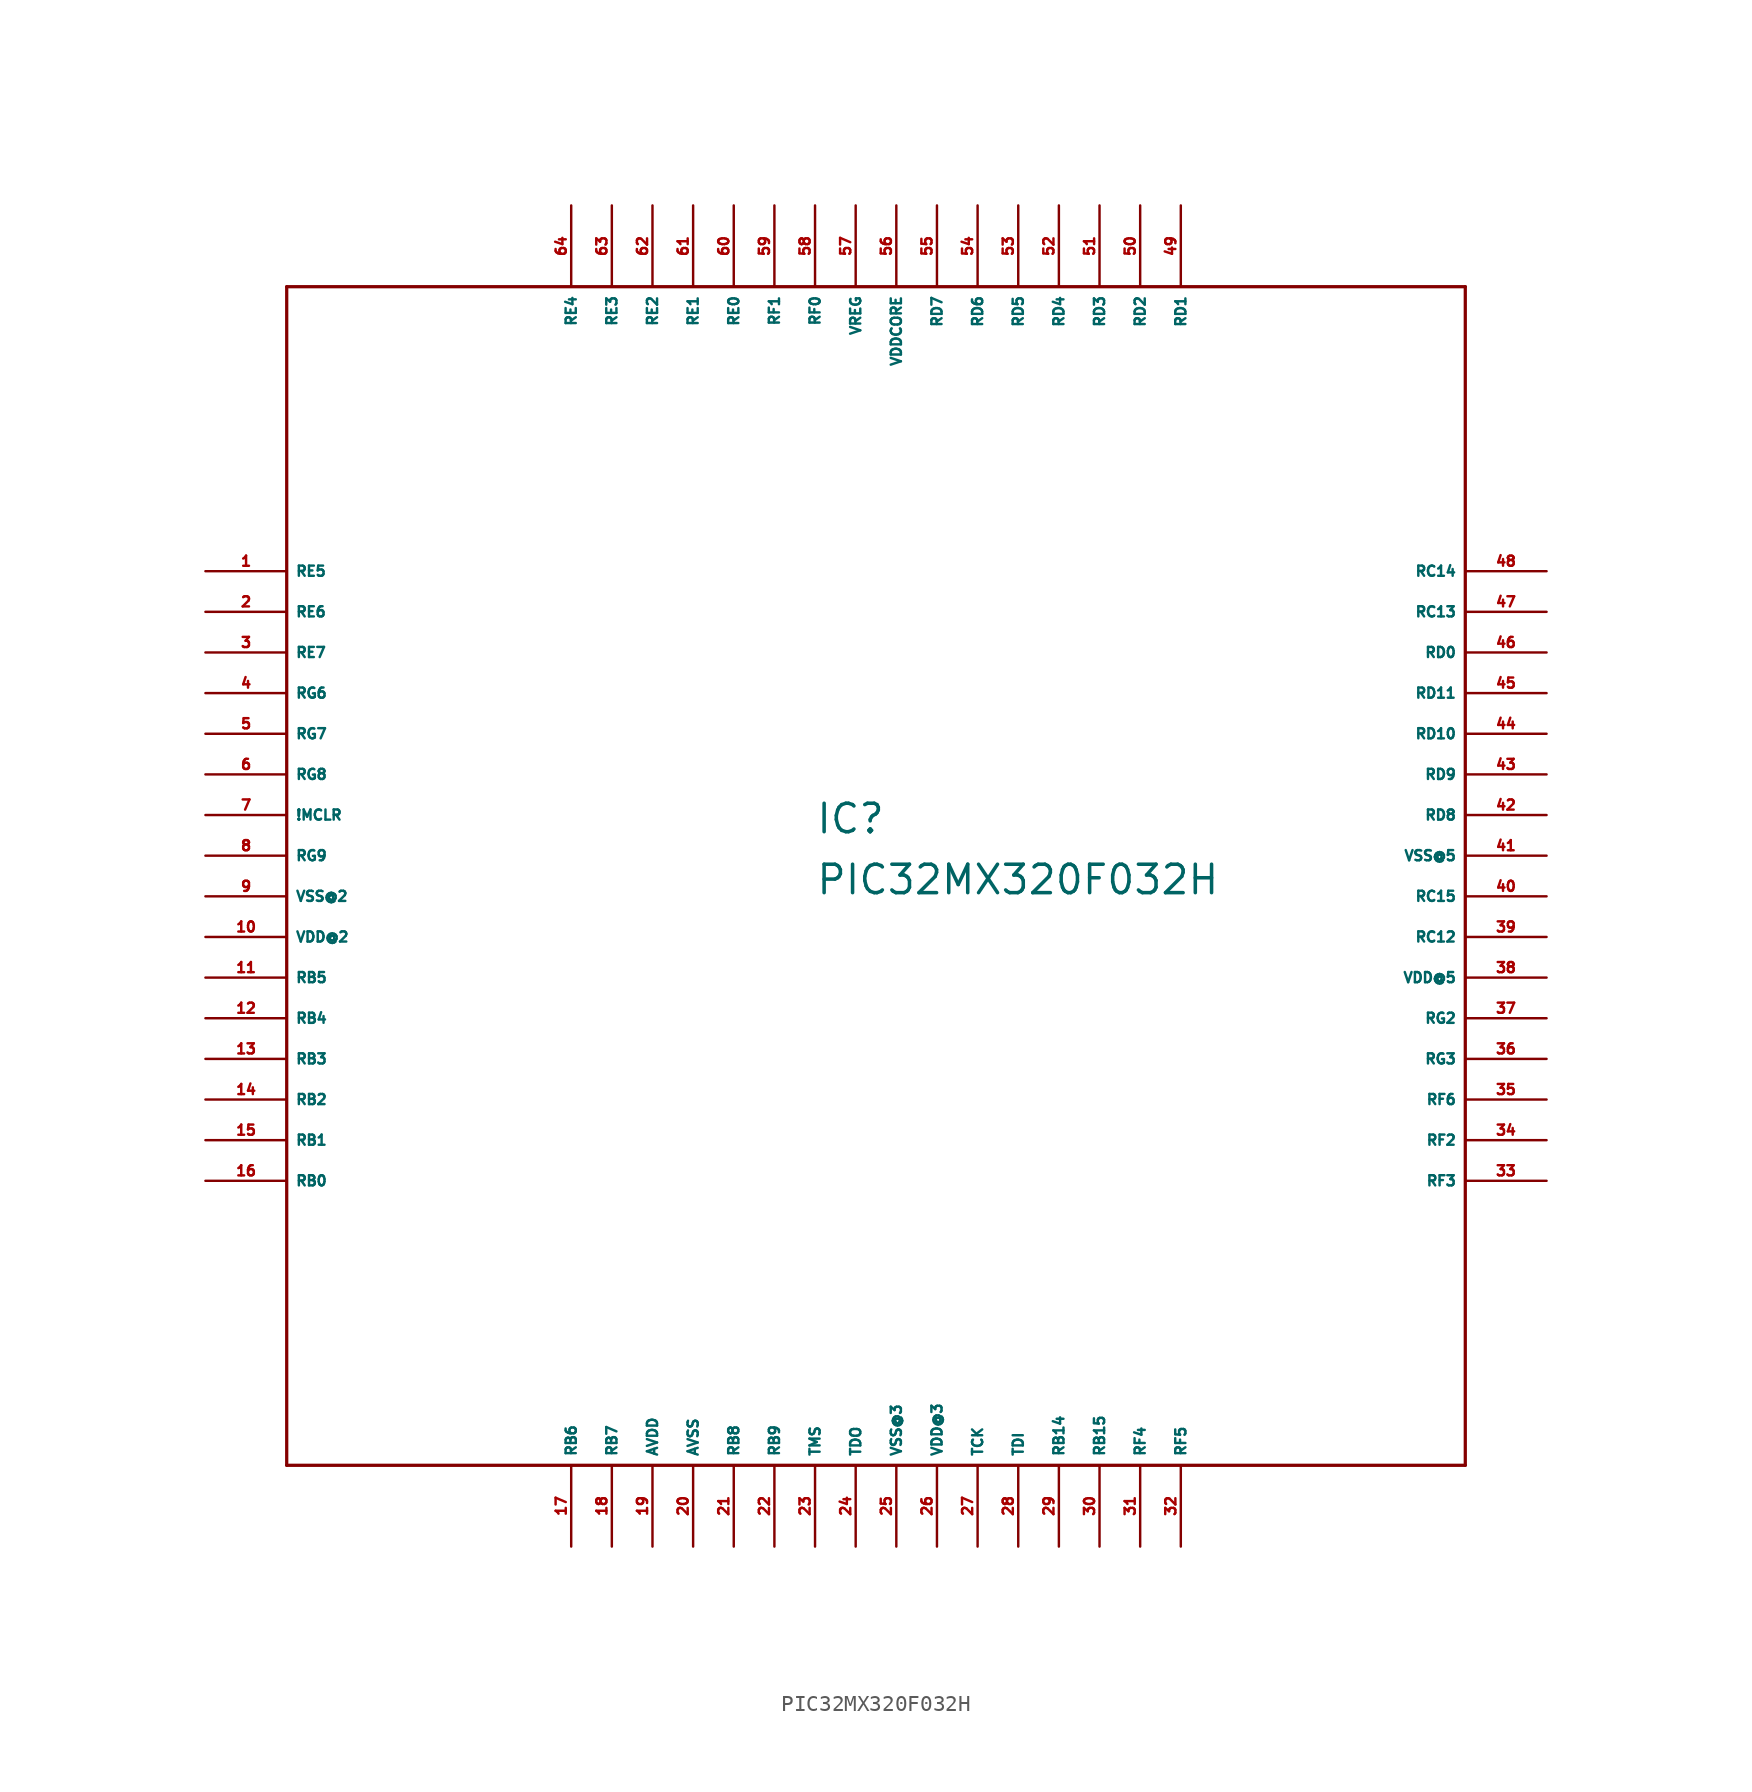
<source format=kicad_sym>
(kicad_symbol_lib
  (version 20220914)
  (generator Eagle2Kicad)
  (symbol "PIC32MX320F032H"
    (property "Reference" "IC"
      (at -5.08 1.27 0)
      (effects (font (size 1.778 1.778) (thickness 0.22)) (justify left bottom)))
    (property "Value" "PIC32MX320F032H"
      (at -5.08 -2.54 0)
      (effects (font (size 1.778 1.778) (thickness 0.22)) (justify left bottom)))
    (polyline
      (pts (xy -38.1 -38.1) (xy 35.56 -38.1))
      (stroke (width 0.203) (type default))
      (fill (type none)))
    (polyline
      (pts (xy 35.56 -38.1) (xy 35.56 35.56))
      (stroke (width 0.203) (type default))
      (fill (type none)))
    (polyline
      (pts (xy 35.56 35.56) (xy -38.1 35.56))
      (stroke (width 0.203) (type default))
      (fill (type none)))
    (polyline
      (pts (xy -38.1 35.56) (xy -38.1 -38.1))
      (stroke (width 0.203) (type default))
      (fill (type none)))
    (pin bidirectional line
      (at -43.18 17.78 0)
      (length 5.08)
      (name "RE5" (effects (font (size 0.635 0.635) (thickness 0.08)) (justify left bottom)))
      (number "1" (effects (font (size 0.635 0.635) (thickness 0.08)) (justify left bottom))))
    (pin bidirectional line
      (at -43.18 15.24 0)
      (length 5.08)
      (name "RE6" (effects (font (size 0.635 0.635) (thickness 0.08)) (justify left bottom)))
      (number "2" (effects (font (size 0.635 0.635) (thickness 0.08)) (justify left bottom))))
    (pin bidirectional line
      (at -43.18 12.7 0)
      (length 5.08)
      (name "RE7" (effects (font (size 0.635 0.635) (thickness 0.08)) (justify left bottom)))
      (number "3" (effects (font (size 0.635 0.635) (thickness 0.08)) (justify left bottom))))
    (pin bidirectional line
      (at -43.18 10.16 0)
      (length 5.08)
      (name "RG6" (effects (font (size 0.635 0.635) (thickness 0.08)) (justify left bottom)))
      (number "4" (effects (font (size 0.635 0.635) (thickness 0.08)) (justify left bottom))))
    (pin bidirectional line
      (at -43.18 7.62 0)
      (length 5.08)
      (name "RG7" (effects (font (size 0.635 0.635) (thickness 0.08)) (justify left bottom)))
      (number "5" (effects (font (size 0.635 0.635) (thickness 0.08)) (justify left bottom))))
    (pin bidirectional line
      (at -43.18 5.08 0)
      (length 5.08)
      (name "RG8" (effects (font (size 0.635 0.635) (thickness 0.08)) (justify left bottom)))
      (number "6" (effects (font (size 0.635 0.635) (thickness 0.08)) (justify left bottom))))
    (pin input line
      (at -43.18 2.54 0)
      (length 5.08)
      (name "!MCLR" (effects (font (size 0.635 0.635) (thickness 0.08)) (justify left bottom)))
      (number "7" (effects (font (size 0.635 0.635) (thickness 0.08)) (justify left bottom))))
    (pin bidirectional line
      (at -43.18 0 0)
      (length 5.08)
      (name "RG9" (effects (font (size 0.635 0.635) (thickness 0.08)) (justify left bottom)))
      (number "8" (effects (font (size 0.635 0.635) (thickness 0.08)) (justify left bottom))))
    (pin unspecified line
      (at -43.18 -2.54 0)
      (length 5.08)
      (name "VSS@2" (effects (font (size 0.635 0.635) (thickness 0.08)) (justify left bottom)))
      (number "9" (effects (font (size 0.635 0.635) (thickness 0.08)) (justify left bottom))))
    (pin unspecified line
      (at -43.18 -5.08 0)
      (length 5.08)
      (name "VDD@2" (effects (font (size 0.635 0.635) (thickness 0.08)) (justify left bottom)))
      (number "10" (effects (font (size 0.635 0.635) (thickness 0.08)) (justify left bottom))))
    (pin bidirectional line
      (at -43.18 -7.62 0)
      (length 5.08)
      (name "RB5" (effects (font (size 0.635 0.635) (thickness 0.08)) (justify left bottom)))
      (number "11" (effects (font (size 0.635 0.635) (thickness 0.08)) (justify left bottom))))
    (pin bidirectional line
      (at -43.18 -10.16 0)
      (length 5.08)
      (name "RB4" (effects (font (size 0.635 0.635) (thickness 0.08)) (justify left bottom)))
      (number "12" (effects (font (size 0.635 0.635) (thickness 0.08)) (justify left bottom))))
    (pin bidirectional line
      (at -43.18 -12.7 0)
      (length 5.08)
      (name "RB3" (effects (font (size 0.635 0.635) (thickness 0.08)) (justify left bottom)))
      (number "13" (effects (font (size 0.635 0.635) (thickness 0.08)) (justify left bottom))))
    (pin bidirectional line
      (at -43.18 -15.24 0)
      (length 5.08)
      (name "RB2" (effects (font (size 0.635 0.635) (thickness 0.08)) (justify left bottom)))
      (number "14" (effects (font (size 0.635 0.635) (thickness 0.08)) (justify left bottom))))
    (pin bidirectional line
      (at -43.18 -17.78 0)
      (length 5.08)
      (name "RB1" (effects (font (size 0.635 0.635) (thickness 0.08)) (justify left bottom)))
      (number "15" (effects (font (size 0.635 0.635) (thickness 0.08)) (justify left bottom))))
    (pin bidirectional line
      (at -43.18 -20.32 0)
      (length 5.08)
      (name "RB0" (effects (font (size 0.635 0.635) (thickness 0.08)) (justify left bottom)))
      (number "16" (effects (font (size 0.635 0.635) (thickness 0.08)) (justify left bottom))))
    (pin bidirectional line
      (at -20.32 -43.18 90)
      (length 5.08)
      (name "RB6" (effects (font (size 0.635 0.635) (thickness 0.08)) (justify left bottom)))
      (number "17" (effects (font (size 0.635 0.635) (thickness 0.08)) (justify left bottom))))
    (pin bidirectional line
      (at -17.78 -43.18 90)
      (length 5.08)
      (name "RB7" (effects (font (size 0.635 0.635) (thickness 0.08)) (justify left bottom)))
      (number "18" (effects (font (size 0.635 0.635) (thickness 0.08)) (justify left bottom))))
    (pin unspecified line
      (at -15.24 -43.18 90)
      (length 5.08)
      (name "AVDD" (effects (font (size 0.635 0.635) (thickness 0.08)) (justify left bottom)))
      (number "19" (effects (font (size 0.635 0.635) (thickness 0.08)) (justify left bottom))))
    (pin unspecified line
      (at -12.7 -43.18 90)
      (length 5.08)
      (name "AVSS" (effects (font (size 0.635 0.635) (thickness 0.08)) (justify left bottom)))
      (number "20" (effects (font (size 0.635 0.635) (thickness 0.08)) (justify left bottom))))
    (pin bidirectional line
      (at -10.16 -43.18 90)
      (length 5.08)
      (name "RB8" (effects (font (size 0.635 0.635) (thickness 0.08)) (justify left bottom)))
      (number "21" (effects (font (size 0.635 0.635) (thickness 0.08)) (justify left bottom))))
    (pin bidirectional line
      (at -7.62 -43.18 90)
      (length 5.08)
      (name "RB9" (effects (font (size 0.635 0.635) (thickness 0.08)) (justify left bottom)))
      (number "22" (effects (font (size 0.635 0.635) (thickness 0.08)) (justify left bottom))))
    (pin input line
      (at -5.08 -43.18 90)
      (length 5.08)
      (name "TMS" (effects (font (size 0.635 0.635) (thickness 0.08)) (justify left bottom)))
      (number "23" (effects (font (size 0.635 0.635) (thickness 0.08)) (justify left bottom))))
    (pin output line
      (at -2.54 -43.18 90)
      (length 5.08)
      (name "TDO" (effects (font (size 0.635 0.635) (thickness 0.08)) (justify left bottom)))
      (number "24" (effects (font (size 0.635 0.635) (thickness 0.08)) (justify left bottom))))
    (pin unspecified line
      (at 0 -43.18 90)
      (length 5.08)
      (name "VSS@3" (effects (font (size 0.635 0.635) (thickness 0.08)) (justify left bottom)))
      (number "25" (effects (font (size 0.635 0.635) (thickness 0.08)) (justify left bottom))))
    (pin unspecified line
      (at 2.54 -43.18 90)
      (length 5.08)
      (name "VDD@3" (effects (font (size 0.635 0.635) (thickness 0.08)) (justify left bottom)))
      (number "26" (effects (font (size 0.635 0.635) (thickness 0.08)) (justify left bottom))))
    (pin input line
      (at 5.08 -43.18 90)
      (length 5.08)
      (name "TCK" (effects (font (size 0.635 0.635) (thickness 0.08)) (justify left bottom)))
      (number "27" (effects (font (size 0.635 0.635) (thickness 0.08)) (justify left bottom))))
    (pin input line
      (at 7.62 -43.18 90)
      (length 5.08)
      (name "TDI" (effects (font (size 0.635 0.635) (thickness 0.08)) (justify left bottom)))
      (number "28" (effects (font (size 0.635 0.635) (thickness 0.08)) (justify left bottom))))
    (pin bidirectional line
      (at 10.16 -43.18 90)
      (length 5.08)
      (name "RB14" (effects (font (size 0.635 0.635) (thickness 0.08)) (justify left bottom)))
      (number "29" (effects (font (size 0.635 0.635) (thickness 0.08)) (justify left bottom))))
    (pin bidirectional line
      (at 12.7 -43.18 90)
      (length 5.08)
      (name "RB15" (effects (font (size 0.635 0.635) (thickness 0.08)) (justify left bottom)))
      (number "30" (effects (font (size 0.635 0.635) (thickness 0.08)) (justify left bottom))))
    (pin bidirectional line
      (at 15.24 -43.18 90)
      (length 5.08)
      (name "RF4" (effects (font (size 0.635 0.635) (thickness 0.08)) (justify left bottom)))
      (number "31" (effects (font (size 0.635 0.635) (thickness 0.08)) (justify left bottom))))
    (pin bidirectional line
      (at 17.78 -43.18 90)
      (length 5.08)
      (name "RF5" (effects (font (size 0.635 0.635) (thickness 0.08)) (justify left bottom)))
      (number "32" (effects (font (size 0.635 0.635) (thickness 0.08)) (justify left bottom))))
    (pin bidirectional line
      (at 40.64 -20.32 180)
      (length 5.08)
      (name "RF3" (effects (font (size 0.635 0.635) (thickness 0.08)) (justify left bottom)))
      (number "33" (effects (font (size 0.635 0.635) (thickness 0.08)) (justify left bottom))))
    (pin bidirectional line
      (at 40.64 -17.78 180)
      (length 5.08)
      (name "RF2" (effects (font (size 0.635 0.635) (thickness 0.08)) (justify left bottom)))
      (number "34" (effects (font (size 0.635 0.635) (thickness 0.08)) (justify left bottom))))
    (pin bidirectional line
      (at 40.64 -15.24 180)
      (length 5.08)
      (name "RF6" (effects (font (size 0.635 0.635) (thickness 0.08)) (justify left bottom)))
      (number "35" (effects (font (size 0.635 0.635) (thickness 0.08)) (justify left bottom))))
    (pin bidirectional line
      (at 40.64 -12.7 180)
      (length 5.08)
      (name "RG3" (effects (font (size 0.635 0.635) (thickness 0.08)) (justify left bottom)))
      (number "36" (effects (font (size 0.635 0.635) (thickness 0.08)) (justify left bottom))))
    (pin bidirectional line
      (at 40.64 -10.16 180)
      (length 5.08)
      (name "RG2" (effects (font (size 0.635 0.635) (thickness 0.08)) (justify left bottom)))
      (number "37" (effects (font (size 0.635 0.635) (thickness 0.08)) (justify left bottom))))
    (pin unspecified line
      (at 40.64 -7.62 180)
      (length 5.08)
      (name "VDD@5" (effects (font (size 0.635 0.635) (thickness 0.08)) (justify left bottom)))
      (number "38" (effects (font (size 0.635 0.635) (thickness 0.08)) (justify left bottom))))
    (pin bidirectional line
      (at 40.64 -5.08 180)
      (length 5.08)
      (name "RC12" (effects (font (size 0.635 0.635) (thickness 0.08)) (justify left bottom)))
      (number "39" (effects (font (size 0.635 0.635) (thickness 0.08)) (justify left bottom))))
    (pin bidirectional line
      (at 40.64 -2.54 180)
      (length 5.08)
      (name "RC15" (effects (font (size 0.635 0.635) (thickness 0.08)) (justify left bottom)))
      (number "40" (effects (font (size 0.635 0.635) (thickness 0.08)) (justify left bottom))))
    (pin unspecified line
      (at 40.64 0 180)
      (length 5.08)
      (name "VSS@5" (effects (font (size 0.635 0.635) (thickness 0.08)) (justify left bottom)))
      (number "41" (effects (font (size 0.635 0.635) (thickness 0.08)) (justify left bottom))))
    (pin bidirectional line
      (at 40.64 2.54 180)
      (length 5.08)
      (name "RD8" (effects (font (size 0.635 0.635) (thickness 0.08)) (justify left bottom)))
      (number "42" (effects (font (size 0.635 0.635) (thickness 0.08)) (justify left bottom))))
    (pin bidirectional line
      (at 40.64 5.08 180)
      (length 5.08)
      (name "RD9" (effects (font (size 0.635 0.635) (thickness 0.08)) (justify left bottom)))
      (number "43" (effects (font (size 0.635 0.635) (thickness 0.08)) (justify left bottom))))
    (pin bidirectional line
      (at 40.64 7.62 180)
      (length 5.08)
      (name "RD10" (effects (font (size 0.635 0.635) (thickness 0.08)) (justify left bottom)))
      (number "44" (effects (font (size 0.635 0.635) (thickness 0.08)) (justify left bottom))))
    (pin bidirectional line
      (at 40.64 10.16 180)
      (length 5.08)
      (name "RD11" (effects (font (size 0.635 0.635) (thickness 0.08)) (justify left bottom)))
      (number "45" (effects (font (size 0.635 0.635) (thickness 0.08)) (justify left bottom))))
    (pin bidirectional line
      (at 40.64 12.7 180)
      (length 5.08)
      (name "RD0" (effects (font (size 0.635 0.635) (thickness 0.08)) (justify left bottom)))
      (number "46" (effects (font (size 0.635 0.635) (thickness 0.08)) (justify left bottom))))
    (pin bidirectional line
      (at 40.64 15.24 180)
      (length 5.08)
      (name "RC13" (effects (font (size 0.635 0.635) (thickness 0.08)) (justify left bottom)))
      (number "47" (effects (font (size 0.635 0.635) (thickness 0.08)) (justify left bottom))))
    (pin bidirectional line
      (at 40.64 17.78 180)
      (length 5.08)
      (name "RC14" (effects (font (size 0.635 0.635) (thickness 0.08)) (justify left bottom)))
      (number "48" (effects (font (size 0.635 0.635) (thickness 0.08)) (justify left bottom))))
    (pin bidirectional line
      (at 17.78 40.64 270)
      (length 5.08)
      (name "RD1" (effects (font (size 0.635 0.635) (thickness 0.08)) (justify left bottom)))
      (number "49" (effects (font (size 0.635 0.635) (thickness 0.08)) (justify left bottom))))
    (pin bidirectional line
      (at 15.24 40.64 270)
      (length 5.08)
      (name "RD2" (effects (font (size 0.635 0.635) (thickness 0.08)) (justify left bottom)))
      (number "50" (effects (font (size 0.635 0.635) (thickness 0.08)) (justify left bottom))))
    (pin bidirectional line
      (at 12.7 40.64 270)
      (length 5.08)
      (name "RD3" (effects (font (size 0.635 0.635) (thickness 0.08)) (justify left bottom)))
      (number "51" (effects (font (size 0.635 0.635) (thickness 0.08)) (justify left bottom))))
    (pin bidirectional line
      (at 10.16 40.64 270)
      (length 5.08)
      (name "RD4" (effects (font (size 0.635 0.635) (thickness 0.08)) (justify left bottom)))
      (number "52" (effects (font (size 0.635 0.635) (thickness 0.08)) (justify left bottom))))
    (pin bidirectional line
      (at 7.62 40.64 270)
      (length 5.08)
      (name "RD5" (effects (font (size 0.635 0.635) (thickness 0.08)) (justify left bottom)))
      (number "53" (effects (font (size 0.635 0.635) (thickness 0.08)) (justify left bottom))))
    (pin bidirectional line
      (at 5.08 40.64 270)
      (length 5.08)
      (name "RD6" (effects (font (size 0.635 0.635) (thickness 0.08)) (justify left bottom)))
      (number "54" (effects (font (size 0.635 0.635) (thickness 0.08)) (justify left bottom))))
    (pin bidirectional line
      (at 2.54 40.64 270)
      (length 5.08)
      (name "RD7" (effects (font (size 0.635 0.635) (thickness 0.08)) (justify left bottom)))
      (number "55" (effects (font (size 0.635 0.635) (thickness 0.08)) (justify left bottom))))
    (pin unspecified line
      (at 0 40.64 270)
      (length 5.08)
      (name "VDDCORE" (effects (font (size 0.635 0.635) (thickness 0.08)) (justify left bottom)))
      (number "56" (effects (font (size 0.635 0.635) (thickness 0.08)) (justify left bottom))))
    (pin passive line
      (at -2.54 40.64 270)
      (length 5.08)
      (name "VREG" (effects (font (size 0.635 0.635) (thickness 0.08)) (justify left bottom)))
      (number "57" (effects (font (size 0.635 0.635) (thickness 0.08)) (justify left bottom))))
    (pin bidirectional line
      (at -5.08 40.64 270)
      (length 5.08)
      (name "RF0" (effects (font (size 0.635 0.635) (thickness 0.08)) (justify left bottom)))
      (number "58" (effects (font (size 0.635 0.635) (thickness 0.08)) (justify left bottom))))
    (pin bidirectional line
      (at -7.62 40.64 270)
      (length 5.08)
      (name "RF1" (effects (font (size 0.635 0.635) (thickness 0.08)) (justify left bottom)))
      (number "59" (effects (font (size 0.635 0.635) (thickness 0.08)) (justify left bottom))))
    (pin bidirectional line
      (at -10.16 40.64 270)
      (length 5.08)
      (name "RE0" (effects (font (size 0.635 0.635) (thickness 0.08)) (justify left bottom)))
      (number "60" (effects (font (size 0.635 0.635) (thickness 0.08)) (justify left bottom))))
    (pin bidirectional line
      (at -12.7 40.64 270)
      (length 5.08)
      (name "RE1" (effects (font (size 0.635 0.635) (thickness 0.08)) (justify left bottom)))
      (number "61" (effects (font (size 0.635 0.635) (thickness 0.08)) (justify left bottom))))
    (pin bidirectional line
      (at -15.24 40.64 270)
      (length 5.08)
      (name "RE2" (effects (font (size 0.635 0.635) (thickness 0.08)) (justify left bottom)))
      (number "62" (effects (font (size 0.635 0.635) (thickness 0.08)) (justify left bottom))))
    (pin bidirectional line
      (at -17.78 40.64 270)
      (length 5.08)
      (name "RE3" (effects (font (size 0.635 0.635) (thickness 0.08)) (justify left bottom)))
      (number "63" (effects (font (size 0.635 0.635) (thickness 0.08)) (justify left bottom))))
    (pin bidirectional line
      (at -20.32 40.64 270)
      (length 5.08)
      (name "RE4" (effects (font (size 0.635 0.635) (thickness 0.08)) (justify left bottom)))
      (number "64" (effects (font (size 0.635 0.635) (thickness 0.08)) (justify left bottom))))))
</source>
